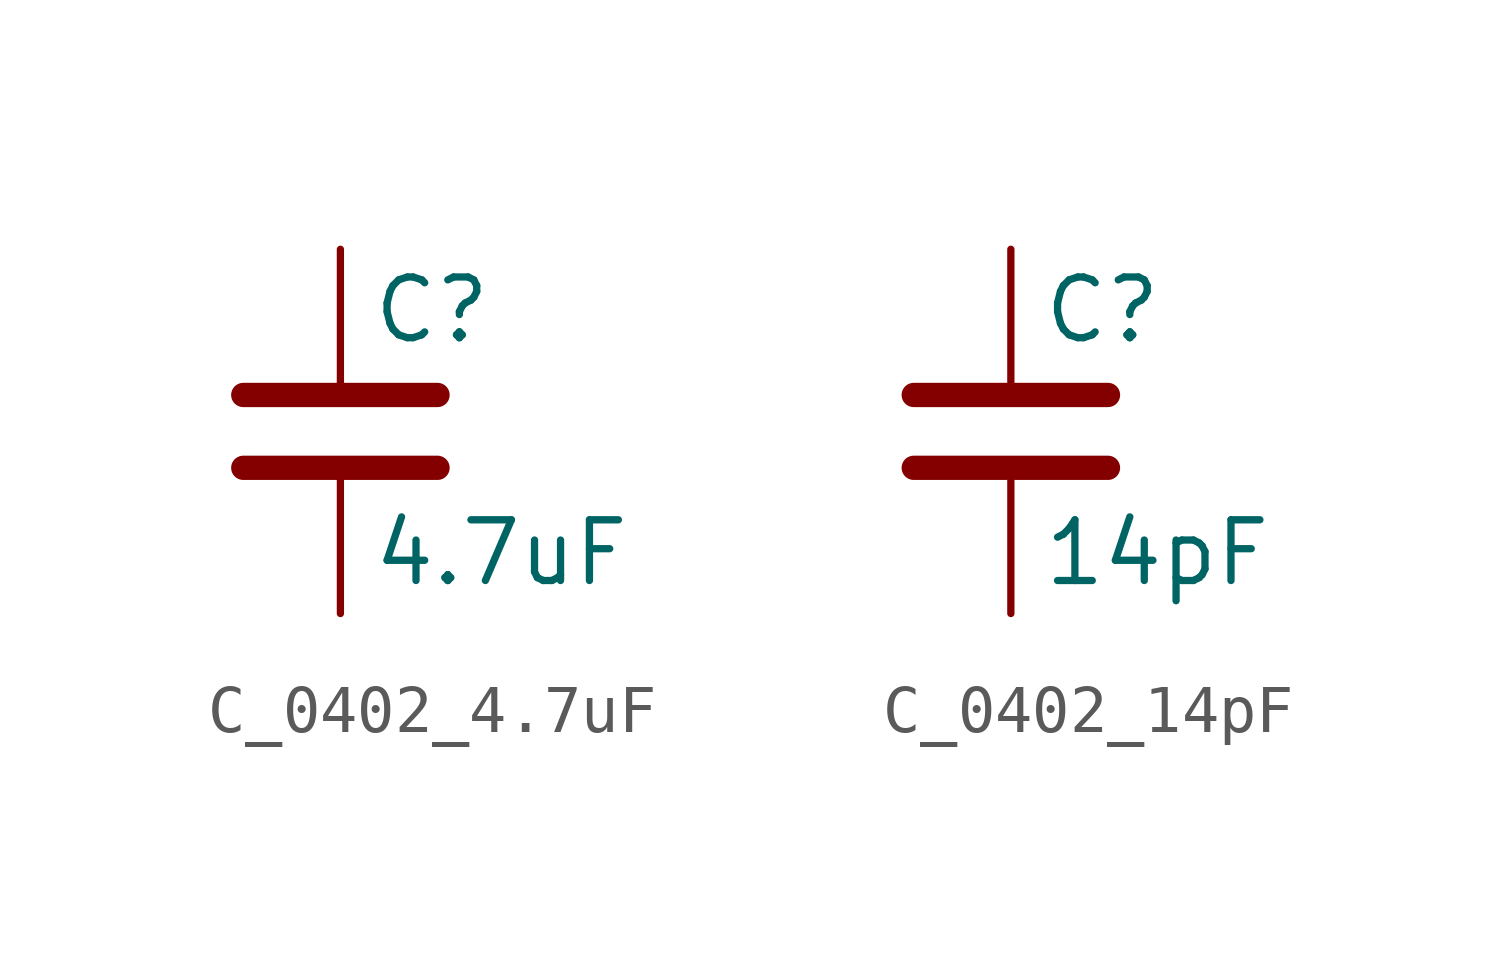
<source format=kicad_sym>
(kicad_symbol_lib
  (version 20241209)
  (generator "kicad_symbol_editor")
  (generator_version "9.0")
  (symbol "C_0402_4.7uF"
    (pin_numbers
      (hide yes))
    (pin_names
      (offset 0.254))
    (property "Reference" "C"
      (at 0.635 2.54 0)
      (effects (font (size 1.27 1.27)) (justify left)))
    (property "Value" "4.7uF"
      (at 0.635 -2.54 0)
      (effects (font (size 1.27 1.27)) (justify left)))
    (symbol "C_0402_4.7uF_0_1"
      (polyline (pts (xy -2.032 0.762) (xy 2.032 0.762)) (stroke (width 0.508) (type default)) (fill (type none)))
      (polyline (pts (xy -2.032 -0.762) (xy 2.032 -0.762)) (stroke (width 0.508) (type default)) (fill (type none))))
    (symbol "C_0402_4.7uF_1_1"
      (pin passive line (at 0 3.81 270) (length 2.794) (name "~" (effects (font (size 1.27 1.27)))) (number "1" (effects (font (size 1.27 1.27)))))
      (pin passive line (at 0 -3.81 90) (length 2.794) (name "~" (effects (font (size 1.27 1.27)))) (number "2" (effects (font (size 1.27 1.27)))))))
  (symbol "C_0402_14pF"
    (pin_numbers
      (hide yes))
    (pin_names
      (offset 0.254))
    (property "Reference" "C"
      (at 0.635 2.54 0)
      (effects (font (size 1.27 1.27)) (justify left)))
    (property "Value" "14pF"
      (at 0.635 -2.54 0)
      (effects (font (size 1.27 1.27)) (justify left)))
    (symbol "C_0402_14pF_0_1"
      (polyline (pts (xy -2.032 0.762) (xy 2.032 0.762)) (stroke (width 0.508) (type default)) (fill (type none)))
      (polyline (pts (xy -2.032 -0.762) (xy 2.032 -0.762)) (stroke (width 0.508) (type default)) (fill (type none))))
    (symbol "C_0402_14pF_1_1"
      (pin passive line (at 0 3.81 270) (length 2.794) (name "~" (effects (font (size 1.27 1.27)))) (number "1" (effects (font (size 1.27 1.27)))))
      (pin passive line (at 0 -3.81 90) (length 2.794) (name "~" (effects (font (size 1.27 1.27)))) (number "2" (effects (font (size 1.27 1.27))))))))
</source>
